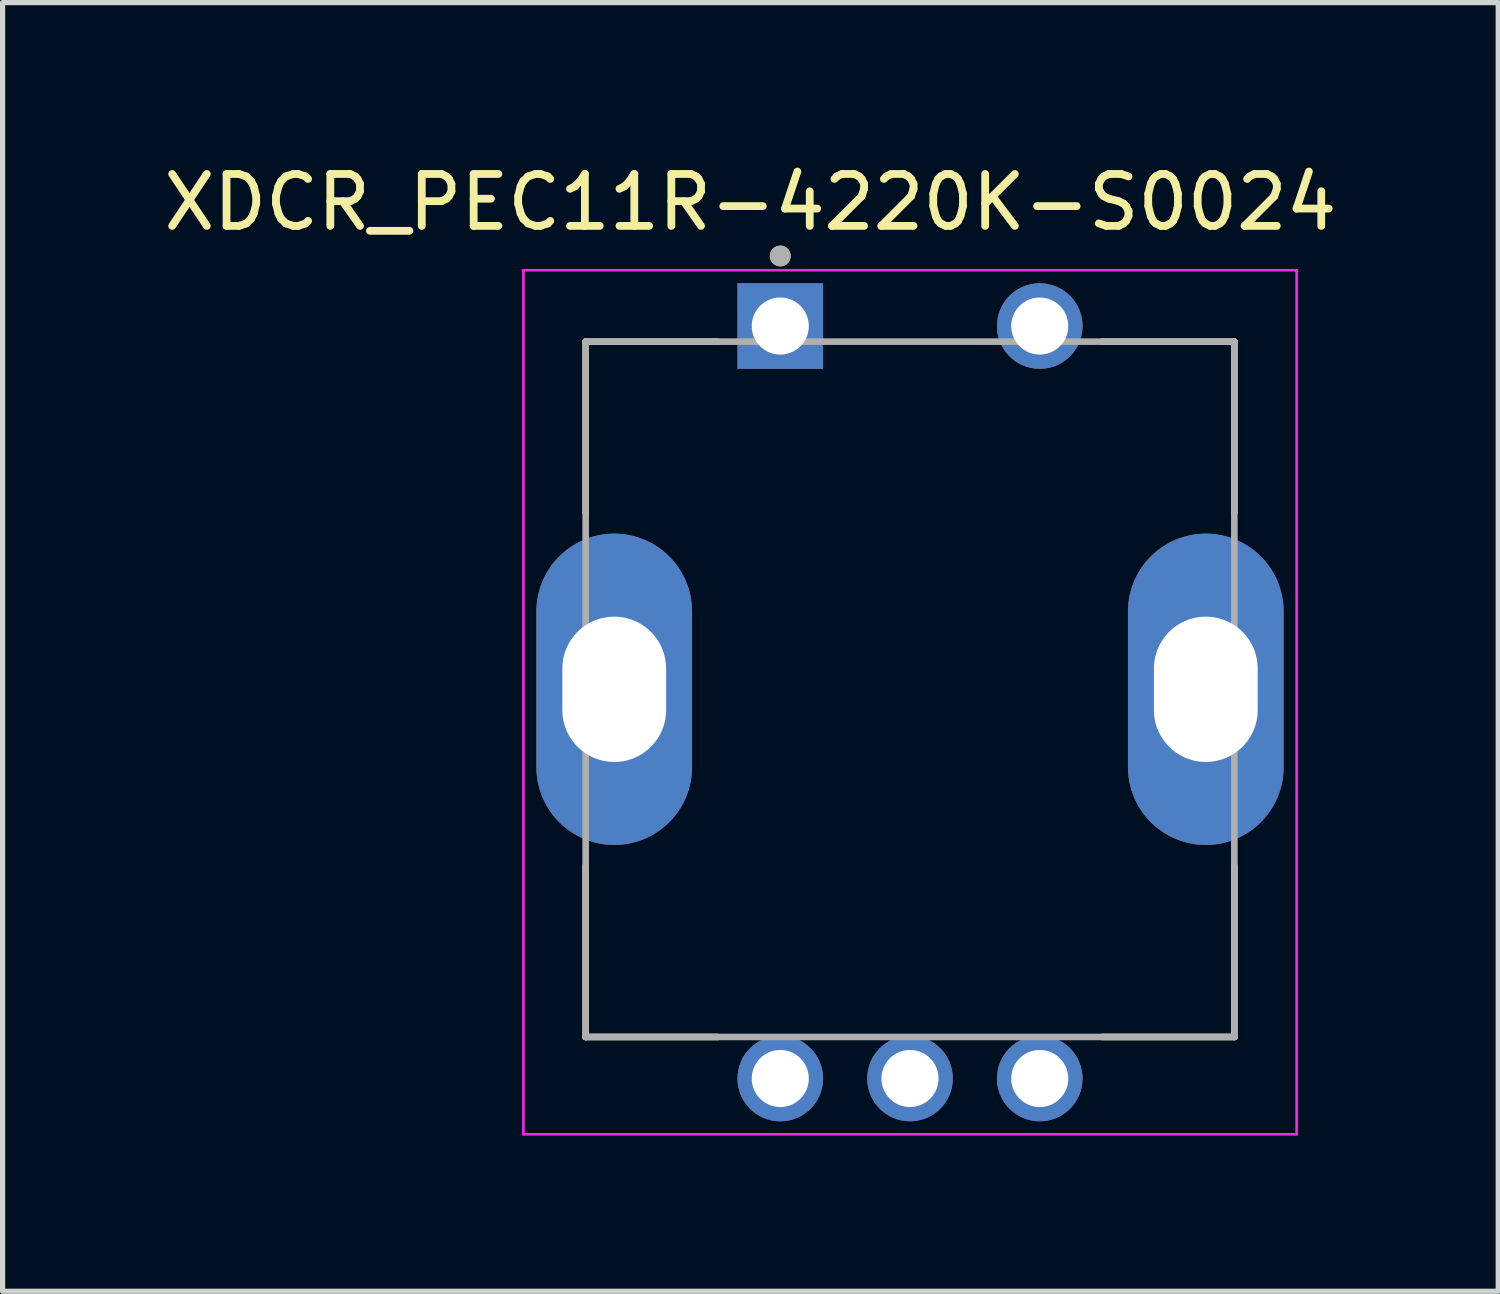
<source format=kicad_pcb>
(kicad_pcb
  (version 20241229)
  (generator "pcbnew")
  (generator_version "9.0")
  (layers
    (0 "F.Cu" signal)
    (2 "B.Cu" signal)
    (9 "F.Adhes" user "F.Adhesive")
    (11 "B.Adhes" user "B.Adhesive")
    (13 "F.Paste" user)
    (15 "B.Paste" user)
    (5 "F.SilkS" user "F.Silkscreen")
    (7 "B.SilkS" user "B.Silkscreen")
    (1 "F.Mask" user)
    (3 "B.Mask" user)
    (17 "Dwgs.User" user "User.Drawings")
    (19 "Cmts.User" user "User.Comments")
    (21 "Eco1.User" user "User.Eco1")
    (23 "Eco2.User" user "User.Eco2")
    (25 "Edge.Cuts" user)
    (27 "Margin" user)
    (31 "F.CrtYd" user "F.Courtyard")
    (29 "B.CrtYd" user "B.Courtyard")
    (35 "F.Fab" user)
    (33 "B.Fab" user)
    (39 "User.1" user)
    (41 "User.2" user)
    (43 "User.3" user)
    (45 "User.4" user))
  (footprint "XDCR_PEC11R-4220K-S0024"
    (layer "F.Cu")
    (at 14.486 10.233)
    (property "Reference" "XDCR_PEC11R-4220K-S0024" (at -3.075 -9.385 0) (layer "F.SilkS") (effects (font (size 1 1) (thickness 0.15))))
    (attr through_hole)
    (fp_line (start -6.25 -6.7) (end -3.7 -6.7) (stroke (width 0.127) (type solid)) (layer "F.SilkS"))
    (fp_line (start -6.25 -3.4) (end -6.25 -6.7) (stroke (width 0.127) (type solid)) (layer "F.SilkS"))
    (fp_line (start -6.25 3.4) (end -6.25 6.7) (stroke (width 0.127) (type solid)) (layer "F.SilkS"))
    (fp_line (start -6.25 6.7) (end -3.7 6.7) (stroke (width 0.127) (type solid)) (layer "F.SilkS"))
    (fp_line (start 3.7 -6.7) (end 6.25 -6.7) (stroke (width 0.127) (type solid)) (layer "F.SilkS"))
    (fp_line (start 3.7 6.7) (end 6.25 6.7) (stroke (width 0.127) (type solid)) (layer "F.SilkS"))
    (fp_line (start 6.25 -6.7) (end 6.25 -3.4) (stroke (width 0.127) (type solid)) (layer "F.SilkS"))
    (fp_line (start 6.25 6.7) (end 6.25 3.4) (stroke (width 0.127) (type solid)) (layer "F.SilkS"))
    (fp_circle (center -2.5 -8.35) (end -2.4 -8.35) (stroke (width 0.2) (type solid)) (fill no) (layer "F.SilkS"))
    (fp_line (start -7.45 -8.075) (end -7.45 8.575) (stroke (width 0.05) (type solid)) (layer "F.CrtYd"))
    (fp_line (start -7.45 8.575) (end 7.45 8.575) (stroke (width 0.05) (type solid)) (layer "F.CrtYd"))
    (fp_line (start 7.45 -8.075) (end -7.45 -8.075) (stroke (width 0.05) (type solid)) (layer "F.CrtYd"))
    (fp_line (start 7.45 8.575) (end 7.45 -8.075) (stroke (width 0.05) (type solid)) (layer "F.CrtYd"))
    (fp_line (start -6.25 -6.7) (end 6.25 -6.7) (stroke (width 0.127) (type solid)) (layer "F.Fab"))
    (fp_line (start -6.25 6.7) (end -6.25 -6.7) (stroke (width 0.127) (type solid)) (layer "F.Fab"))
    (fp_line (start 6.25 -6.7) (end 6.25 6.7) (stroke (width 0.127) (type solid)) (layer "F.Fab"))
    (fp_line (start 6.25 6.7) (end -6.25 6.7) (stroke (width 0.127) (type solid)) (layer "F.Fab"))
    (fp_circle (center -2.5 -8.35) (end -2.4 -8.35) (stroke (width 0.2) (type solid)) (fill no) (layer "F.Fab"))
    (pad "1" thru_hole rect (at -2.5 -7) (size 1.65 1.65) (drill 1.1) (layers "*.Cu" "*.Mask"))
    (pad "2" thru_hole circle (at 2.5 -7) (size 1.65 1.65) (drill 1.1) (layers "*.Cu" "*.Mask"))
    (pad "A" thru_hole circle (at -2.5 7.5) (size 1.65 1.65) (drill 1.1) (layers "*.Cu" "*.Mask"))
    (pad "B" thru_hole circle (at 2.5 7.5) (size 1.65 1.65) (drill 1.1) (layers "*.Cu" "*.Mask"))
    (pad "C" thru_hole circle (at 0 7.5) (size 1.65 1.65) (drill 1.1) (layers "*.Cu" "*.Mask"))
    (pad "SH1" thru_hole oval (at -5.7 0) (size 3 6) (drill oval 2 2.8) (layers "*.Cu" "*.Mask"))
    (pad "SH2" thru_hole oval (at 5.7 0) (size 3 6) (drill oval 2 2.8) (layers "*.Cu" "*.Mask")))
  (gr_rect
    (start -3 -3)
    (end 25.821 21.833)
    (stroke (width 0.1) (type default))
    (fill no)
    (layer "Edge.Cuts")))
</source>
